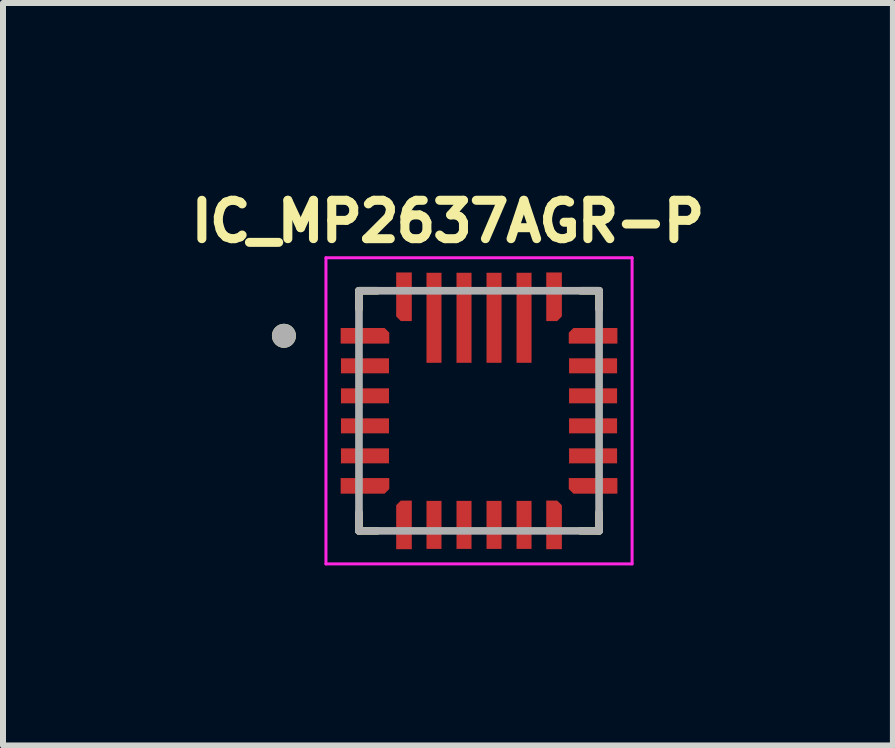
<source format=kicad_pcb>
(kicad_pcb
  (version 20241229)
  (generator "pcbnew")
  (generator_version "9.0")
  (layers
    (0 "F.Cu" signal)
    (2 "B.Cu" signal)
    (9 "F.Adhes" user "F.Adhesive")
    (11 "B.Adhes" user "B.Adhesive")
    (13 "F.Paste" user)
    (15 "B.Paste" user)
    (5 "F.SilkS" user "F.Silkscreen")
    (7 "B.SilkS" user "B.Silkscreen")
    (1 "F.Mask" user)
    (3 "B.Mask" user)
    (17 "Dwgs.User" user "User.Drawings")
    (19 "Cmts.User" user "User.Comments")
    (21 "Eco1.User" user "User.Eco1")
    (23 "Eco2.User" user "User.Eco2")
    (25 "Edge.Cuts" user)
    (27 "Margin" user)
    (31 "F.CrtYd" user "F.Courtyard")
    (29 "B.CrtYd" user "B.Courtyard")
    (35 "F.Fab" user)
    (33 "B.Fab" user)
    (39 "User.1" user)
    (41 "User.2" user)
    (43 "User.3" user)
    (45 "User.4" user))
  (footprint "IC_MP2637AGR-P"
    (layer "F.Cu")
    (at 4.93 3.794)
    (property "Reference" "IC_MP2637AGR-P" (at -0.518 -3.156 0) (layer "F.SilkS") (effects (font (size 0.64 0.64) (thickness 0.15))))
    (attr smd)
    (fp_poly (pts (xy -1.4 -1.025) (xy -2.4 -1.025) (xy -2.4 -1.475) (xy -1.575 -1.475) (xy -1.4 -1.3)) (stroke (width 0.01) (type solid)) (fill yes) (layer "F.Mask"))
    (fp_poly (pts (xy -1.4 1.025) (xy -2.4 1.025) (xy -2.4 1.475) (xy -1.575 1.475) (xy -1.4 1.3)) (stroke (width 0.01) (type solid)) (fill yes) (layer "F.Mask"))
    (fp_poly (pts (xy -1.025 -1.4) (xy -1.025 -2.4) (xy -1.475 -2.4) (xy -1.475 -1.575) (xy -1.3 -1.4)) (stroke (width 0.01) (type solid)) (fill yes) (layer "F.Mask"))
    (fp_poly (pts (xy -1.025 1.4) (xy -1.025 2.4) (xy -1.475 2.4) (xy -1.475 1.575) (xy -1.3 1.4)) (stroke (width 0.01) (type solid)) (fill yes) (layer "F.Mask"))
    (fp_poly (pts (xy 1.025 -1.4) (xy 1.025 -2.4) (xy 1.475 -2.4) (xy 1.475 -1.575) (xy 1.3 -1.4)) (stroke (width 0.01) (type solid)) (fill yes) (layer "F.Mask"))
    (fp_poly (pts (xy 1.025 1.4) (xy 1.025 2.4) (xy 1.475 2.4) (xy 1.475 1.575) (xy 1.3 1.4)) (stroke (width 0.01) (type solid)) (fill yes) (layer "F.Mask"))
    (fp_poly (pts (xy 1.4 -1.025) (xy 2.4 -1.025) (xy 2.4 -1.475) (xy 1.575 -1.475) (xy 1.4 -1.3)) (stroke (width 0.01) (type solid)) (fill yes) (layer "F.Mask"))
    (fp_poly (pts (xy 1.4 1.025) (xy 2.4 1.025) (xy 2.4 1.475) (xy 1.575 1.475) (xy 1.4 1.3)) (stroke (width 0.01) (type solid)) (fill yes) (layer "F.Mask"))
    (fp_line (start -2 -2) (end -1.695 -2) (stroke (width 0.127) (type solid)) (layer "F.SilkS"))
    (fp_line (start -2 -1.695) (end -2 -2) (stroke (width 0.127) (type solid)) (layer "F.SilkS"))
    (fp_line (start -2 2) (end -2 1.695) (stroke (width 0.127) (type solid)) (layer "F.SilkS"))
    (fp_line (start -1.695 2) (end -2 2) (stroke (width 0.127) (type solid)) (layer "F.SilkS"))
    (fp_line (start 1.695 -2) (end 2 -2) (stroke (width 0.127) (type solid)) (layer "F.SilkS"))
    (fp_line (start 2 -2) (end 2 -1.695) (stroke (width 0.127) (type solid)) (layer "F.SilkS"))
    (fp_line (start 2 2) (end 1.695 2) (stroke (width 0.127) (type solid)) (layer "F.SilkS"))
    (fp_line (start 2 2) (end 2 1.695) (stroke (width 0.127) (type solid)) (layer "F.SilkS"))
    (fp_circle (center -3.25 -1.25) (end -3.15 -1.25) (stroke (width 0.2) (type solid)) (fill no) (layer "F.SilkS"))
    (fp_poly (pts (xy -1.5 -1.125) (xy -2.3 -1.125) (xy -2.3 -1.375) (xy -1.575 -1.375) (xy -1.5 -1.3)) (stroke (width 0.01) (type solid)) (fill yes) (layer "F.Paste"))
    (fp_poly (pts (xy -1.5 1.125) (xy -2.3 1.125) (xy -2.3 1.375) (xy -1.575 1.375) (xy -1.5 1.3)) (stroke (width 0.01) (type solid)) (fill yes) (layer "F.Paste"))
    (fp_poly (pts (xy -1.125 -1.5) (xy -1.125 -2.3) (xy -1.375 -2.3) (xy -1.375 -1.575) (xy -1.3 -1.5)) (stroke (width 0.01) (type solid)) (fill yes) (layer "F.Paste"))
    (fp_poly (pts (xy -1.125 1.5) (xy -1.125 2.3) (xy -1.375 2.3) (xy -1.375 1.575) (xy -1.3 1.5)) (stroke (width 0.01) (type solid)) (fill yes) (layer "F.Paste"))
    (fp_poly (pts (xy 1.125 -1.5) (xy 1.125 -2.3) (xy 1.375 -2.3) (xy 1.375 -1.575) (xy 1.3 -1.5)) (stroke (width 0.01) (type solid)) (fill yes) (layer "F.Paste"))
    (fp_poly (pts (xy 1.125 1.5) (xy 1.125 2.3) (xy 1.375 2.3) (xy 1.375 1.575) (xy 1.3 1.5)) (stroke (width 0.01) (type solid)) (fill yes) (layer "F.Paste"))
    (fp_poly (pts (xy 1.5 -1.125) (xy 2.3 -1.125) (xy 2.3 -1.375) (xy 1.575 -1.375) (xy 1.5 -1.3)) (stroke (width 0.01) (type solid)) (fill yes) (layer "F.Paste"))
    (fp_poly (pts (xy 1.5 1.125) (xy 2.3 1.125) (xy 2.3 1.375) (xy 1.575 1.375) (xy 1.5 1.3)) (stroke (width 0.01) (type solid)) (fill yes) (layer "F.Paste"))
    (fp_line (start -2.55 -2.55) (end -2.55 2.55) (stroke (width 0.05) (type solid)) (layer "F.CrtYd"))
    (fp_line (start -2.55 2.55) (end 2.55 2.55) (stroke (width 0.05) (type solid)) (layer "F.CrtYd"))
    (fp_line (start 2.55 -2.55) (end -2.55 -2.55) (stroke (width 0.05) (type solid)) (layer "F.CrtYd"))
    (fp_line (start 2.55 2.55) (end 2.55 -2.55) (stroke (width 0.05) (type solid)) (layer "F.CrtYd"))
    (fp_line (start -2 -2) (end 2 -2) (stroke (width 0.127) (type solid)) (layer "F.Fab"))
    (fp_line (start -2 2) (end -2 -2) (stroke (width 0.127) (type solid)) (layer "F.Fab"))
    (fp_line (start 2 -2) (end 2 2) (stroke (width 0.127) (type solid)) (layer "F.Fab"))
    (fp_line (start 2 2) (end -2 2) (stroke (width 0.127) (type solid)) (layer "F.Fab"))
    (fp_circle (center -3.25 -1.25) (end -3.15 -1.25) (stroke (width 0.2) (type solid)) (fill no) (layer "F.Fab"))
    (pad "1" smd custom (at -1.9 -1.25) (size 0.7 0.15) (layers "F.Cu") (options (anchor rect)) (primitives (gr_poly (pts (xy 0.4 0.125) (xy -0.4 0.125) (xy -0.4 -0.125) (xy 0.325 -0.125) (xy 0.4 -0.05)) (width 0.01) (fill yes))))
    (pad "2" smd rect (at -1.9 -0.75) (size 0.8 0.25) (layers "F.Cu" "F.Mask" "F.Paste"))
    (pad "3" smd rect (at -1.9 -0.25) (size 0.8 0.25) (layers "F.Cu" "F.Mask" "F.Paste"))
    (pad "4" smd rect (at -1.9 0.25) (size 0.8 0.25) (layers "F.Cu" "F.Mask" "F.Paste"))
    (pad "5" smd rect (at -1.9 0.75) (size 0.8 0.25) (layers "F.Cu" "F.Mask" "F.Paste"))
    (pad "6" smd custom (at -1.9 1.25) (size 0.7 0.15) (layers "F.Cu") (options (anchor rect)) (primitives (gr_poly (pts (xy 0.4 -0.125) (xy -0.4 -0.125) (xy -0.4 0.125) (xy 0.325 0.125) (xy 0.4 0.05)) (width 0.01) (fill yes))))
    (pad "7" smd custom (at -1.25 1.9) (size 0.15 0.7) (layers "F.Cu") (options (anchor rect)) (primitives (gr_poly (pts (xy 0.125 -0.4) (xy 0.125 0.4) (xy -0.125 0.4) (xy -0.125 -0.325) (xy -0.05 -0.4)) (width 0.01) (fill yes))))
    (pad "8" smd rect (at -0.75 1.9) (size 0.25 0.8) (layers "F.Cu" "F.Mask" "F.Paste"))
    (pad "9" smd rect (at -0.25 1.9) (size 0.25 0.8) (layers "F.Cu" "F.Mask" "F.Paste"))
    (pad "10" smd rect (at 0.25 1.9) (size 0.25 0.8) (layers "F.Cu" "F.Mask" "F.Paste"))
    (pad "11" smd rect (at 0.75 1.9) (size 0.25 0.8) (layers "F.Cu" "F.Mask" "F.Paste"))
    (pad "12" smd custom (at 1.25 1.9) (size 0.15 0.7) (layers "F.Cu") (options (anchor rect)) (primitives (gr_poly (pts (xy -0.125 -0.4) (xy -0.125 0.4) (xy 0.125 0.4) (xy 0.125 -0.325) (xy 0.05 -0.4)) (width 0.01) (fill yes))))
    (pad "13" smd custom (at 1.9 1.25) (size 0.7 0.15) (layers "F.Cu") (options (anchor rect)) (primitives (gr_poly (pts (xy -0.4 -0.125) (xy 0.4 -0.125) (xy 0.4 0.125) (xy -0.325 0.125) (xy -0.4 0.05)) (width 0.01) (fill yes))))
    (pad "14" smd rect (at 1.9 0.75) (size 0.8 0.25) (layers "F.Cu" "F.Mask" "F.Paste"))
    (pad "15" smd rect (at 1.9 0.25) (size 0.8 0.25) (layers "F.Cu" "F.Mask" "F.Paste"))
    (pad "16" smd rect (at 1.9 -0.25) (size 0.8 0.25) (layers "F.Cu" "F.Mask" "F.Paste"))
    (pad "17" smd rect (at 1.9 -0.75) (size 0.8 0.25) (layers "F.Cu" "F.Mask" "F.Paste"))
    (pad "18" smd custom (at 1.9 -1.25) (size 0.7 0.15) (layers "F.Cu") (options (anchor rect)) (primitives (gr_poly (pts (xy -0.4 0.125) (xy 0.4 0.125) (xy 0.4 -0.125) (xy -0.325 -0.125) (xy -0.4 -0.05)) (width 0.01) (fill yes))))
    (pad "19" smd custom (at 1.25 -1.9) (size 0.15 0.7) (layers "F.Cu") (options (anchor rect)) (primitives (gr_poly (pts (xy -0.125 0.4) (xy -0.125 -0.4) (xy 0.125 -0.4) (xy 0.125 0.325) (xy 0.05 0.4)) (width 0.01) (fill yes))))
    (pad "20" smd rect (at 0.75 -1.55) (size 0.25 1.5) (layers "F.Cu" "F.Mask" "F.Paste"))
    (pad "21" smd rect (at 0.25 -1.55) (size 0.25 1.5) (layers "F.Cu" "F.Mask" "F.Paste"))
    (pad "22" smd rect (at -0.25 -1.55) (size 0.25 1.5) (layers "F.Cu" "F.Mask" "F.Paste"))
    (pad "23" smd rect (at -0.75 -1.55) (size 0.25 1.5) (layers "F.Cu" "F.Mask" "F.Paste"))
    (pad "24" smd custom (at -1.25 -1.9) (size 0.15 0.7) (layers "F.Cu") (options (anchor rect)) (primitives (gr_poly (pts (xy 0.125 0.4) (xy 0.125 -0.4) (xy -0.125 -0.4) (xy -0.125 0.325) (xy -0.05 0.4)) (width 0.01) (fill yes)))))
  (gr_rect
    (start -3 -3)
    (end 11.825 9.369)
    (stroke (width 0.1) (type default))
    (fill no)
    (layer "Edge.Cuts")))
</source>
